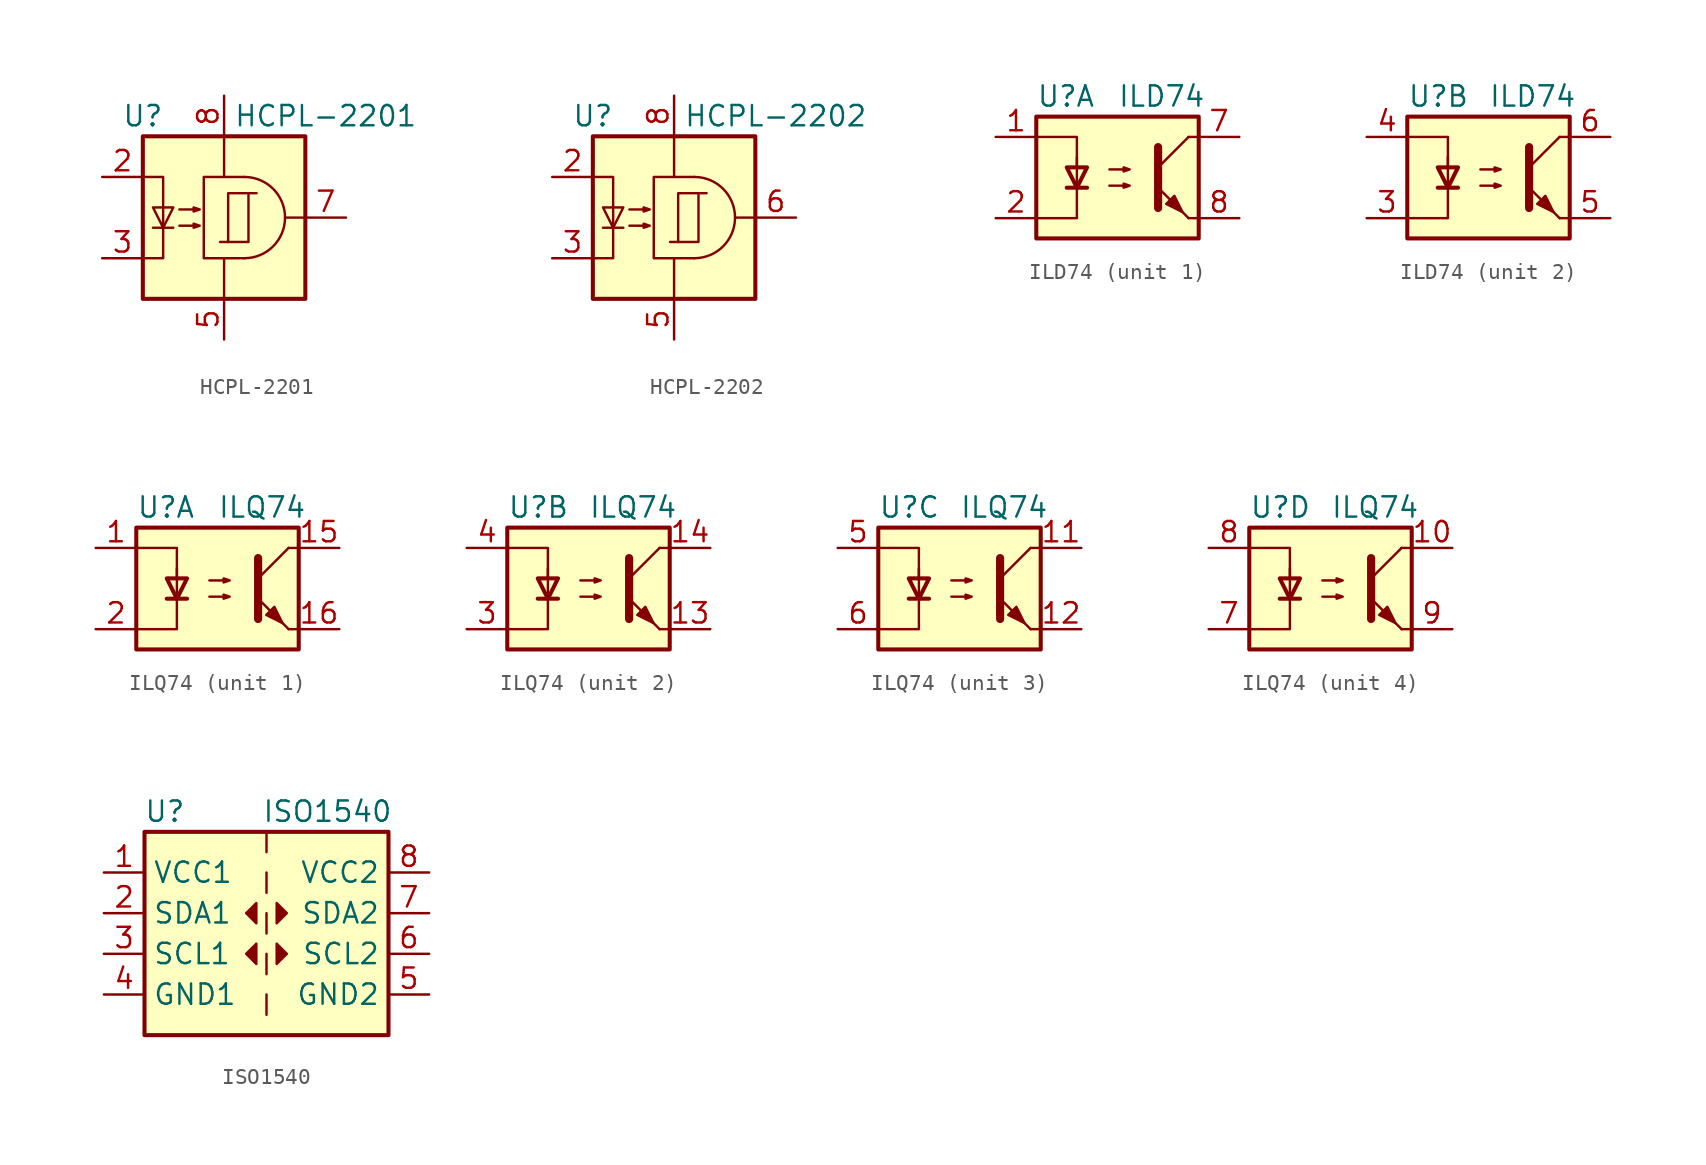
<source format=kicad_sym>
(kicad_symbol_lib
  (version 20201005)
  (generator kicad_symbol_editor)
  (symbol "HCPL-2201"
    (property "Reference" "U"
      (at -5.08 6.35 0)
      (effects (font (size 1.27 1.27))))
    (property "Value" "HCPL-2201"
      (at 6.35 6.35 0)
      (effects (font (size 1.27 1.27))))
    (symbol "HCPL-2201_0_1"
      (polyline (pts (xy 5.08 0) (xy 3.81 0)) (stroke (width 0)) (fill (type none))))
    (symbol "HCPL-2201_1_1"
      (arc (start 1.27 -2.54) (end 1.27 2.54) (radius (at 1.27 0) (length 2.54) (angles -89.9 89.9)) (stroke (width 0)) (fill (type none)))
      (rectangle (start 0.254 1.524) (end 1.524 -1.524) (stroke (width 0)) (fill (type none)))
      (rectangle (start -5.08 5.08) (end 5.08 -5.08) (stroke (width 0.254)) (fill (type background)))
      (polyline (pts (xy -4.445 -0.635) (xy -3.175 -0.635)) (stroke (width 0)) (fill (type none)))
      (polyline (pts (xy 0 2.54) (xy 0 5.08)) (stroke (width 0)) (fill (type none)))
      (polyline (pts (xy 0.254 -1.524) (xy -0.254 -1.524)) (stroke (width 0)) (fill (type none)))
      (polyline (pts (xy 1.524 1.524) (xy 2.032 1.524)) (stroke (width 0)) (fill (type none)))
      (polyline (pts (xy 0 -2.54) (xy 0 -5.08) (xy 0 -3.81)) (stroke (width 0)) (fill (type none)))
      (polyline (pts (xy -5.08 -2.54) (xy -3.81 -2.54) (xy -3.81 2.54) (xy -5.08 2.54)) (stroke (width 0)) (fill (type none)))
      (polyline (pts (xy -3.81 -0.635) (xy -4.445 0.635) (xy -3.175 0.635) (xy -3.81 -0.635)) (stroke (width 0)) (fill (type none)))
      (polyline (pts (xy 1.27 -2.54) (xy -1.27 -2.54) (xy -1.27 2.54) (xy 1.27 2.54)) (stroke (width 0)) (fill (type none)))
      (polyline (pts (xy -2.794 -0.508) (xy -1.524 -0.508) (xy -1.905 -0.635) (xy -1.905 -0.381) (xy -1.524 -0.508)) (stroke (width 0)) (fill (type none)))
      (polyline (pts (xy -2.794 0.508) (xy -1.524 0.508) (xy -1.905 0.381) (xy -1.905 0.635) (xy -1.524 0.508)) (stroke (width 0)) (fill (type none)))
      (pin no_connect line (at -5.08 0 0) (length 2.54) hide (name "~" (effects (font (size 1.27 1.27)))) (number "1" (effects (font (size 1.27 1.27)))))
      (pin passive line (at -7.62 2.54 0) (length 2.54) (name "~" (effects (font (size 1.27 1.27)))) (number "2" (effects (font (size 1.27 1.27)))))
      (pin passive line (at -7.62 -2.54 0) (length 2.54) (name "~" (effects (font (size 1.27 1.27)))) (number "3" (effects (font (size 1.27 1.27)))))
      (pin no_connect line (at -5.08 -5.08 0) (length 2.54) hide (name "~" (effects (font (size 1.27 1.27)))) (number "4" (effects (font (size 1.27 1.27)))))
      (pin power_in line (at 0 -7.62 90) (length 2.54) (name "~" (effects (font (size 1.27 1.27)))) (number "5" (effects (font (size 1.27 1.27)))))
      (pin no_connect line (at 5.08 -2.54 180) (length 2.54) hide (name "~" (effects (font (size 1.27 1.27)))) (number "6" (effects (font (size 1.27 1.27)))))
      (pin output line (at 7.62 0 180) (length 2.54) (name "~" (effects (font (size 1.27 1.27)))) (number "7" (effects (font (size 1.27 1.27)))))
      (pin power_in line (at 0 7.62 270) (length 2.54) (name "~" (effects (font (size 1.27 1.27)))) (number "8" (effects (font (size 1.27 1.27)))))))
  (symbol "HCPL-2202"
    (property "Reference" "U"
      (at -5.08 6.35 0)
      (effects (font (size 1.27 1.27))))
    (property "Value" "HCPL-2202"
      (at 6.35 6.35 0)
      (effects (font (size 1.27 1.27))))
    (symbol "HCPL-2202_0_1"
      (polyline (pts (xy 5.08 0) (xy 3.81 0)) (stroke (width 0)) (fill (type none))))
    (symbol "HCPL-2202_1_1"
      (arc (start 1.27 -2.54) (end 1.27 2.54) (radius (at 1.27 0) (length 2.54) (angles -89.9 89.9)) (stroke (width 0)) (fill (type none)))
      (rectangle (start 0.254 1.524) (end 1.524 -1.524) (stroke (width 0)) (fill (type none)))
      (rectangle (start -5.08 5.08) (end 5.08 -5.08) (stroke (width 0.254)) (fill (type background)))
      (polyline (pts (xy -4.445 -0.635) (xy -3.175 -0.635)) (stroke (width 0)) (fill (type none)))
      (polyline (pts (xy 0 2.54) (xy 0 5.08)) (stroke (width 0)) (fill (type none)))
      (polyline (pts (xy 0.254 -1.524) (xy -0.254 -1.524)) (stroke (width 0)) (fill (type none)))
      (polyline (pts (xy 1.524 1.524) (xy 2.032 1.524)) (stroke (width 0)) (fill (type none)))
      (polyline (pts (xy 0 -2.54) (xy 0 -5.08) (xy 0 -3.81)) (stroke (width 0)) (fill (type none)))
      (polyline (pts (xy -5.08 -2.54) (xy -3.81 -2.54) (xy -3.81 2.54) (xy -5.08 2.54)) (stroke (width 0)) (fill (type none)))
      (polyline (pts (xy -3.81 -0.635) (xy -4.445 0.635) (xy -3.175 0.635) (xy -3.81 -0.635)) (stroke (width 0)) (fill (type none)))
      (polyline (pts (xy 1.27 -2.54) (xy -1.27 -2.54) (xy -1.27 2.54) (xy 1.27 2.54)) (stroke (width 0)) (fill (type none)))
      (polyline (pts (xy -2.794 -0.508) (xy -1.524 -0.508) (xy -1.905 -0.635) (xy -1.905 -0.381) (xy -1.524 -0.508)) (stroke (width 0)) (fill (type none)))
      (polyline (pts (xy -2.794 0.508) (xy -1.524 0.508) (xy -1.905 0.381) (xy -1.905 0.635) (xy -1.524 0.508)) (stroke (width 0)) (fill (type none)))
      (pin no_connect line (at -5.08 0 0) (length 2.54) hide (name "~" (effects (font (size 1.27 1.27)))) (number "1" (effects (font (size 1.27 1.27)))))
      (pin passive line (at -7.62 2.54 0) (length 2.54) (name "~" (effects (font (size 1.27 1.27)))) (number "2" (effects (font (size 1.27 1.27)))))
      (pin passive line (at -7.62 -2.54 0) (length 2.54) (name "~" (effects (font (size 1.27 1.27)))) (number "3" (effects (font (size 1.27 1.27)))))
      (pin no_connect line (at -5.08 -5.08 0) (length 2.54) hide (name "~" (effects (font (size 1.27 1.27)))) (number "4" (effects (font (size 1.27 1.27)))))
      (pin power_in line (at 0 -7.62 90) (length 2.54) (name "~" (effects (font (size 1.27 1.27)))) (number "5" (effects (font (size 1.27 1.27)))))
      (pin output line (at 7.62 0 180) (length 2.54) (name "~" (effects (font (size 1.27 1.27)))) (number "6" (effects (font (size 1.27 1.27)))))
      (pin no_connect line (at 5.08 -2.54 180) (length 2.54) hide (name "~" (effects (font (size 1.27 1.27)))) (number "7" (effects (font (size 1.27 1.27)))))
      (pin power_in line (at 0 7.62 270) (length 2.54) (name "~" (effects (font (size 1.27 1.27)))) (number "8" (effects (font (size 1.27 1.27)))))))
  (symbol "ILD74"
    (pin_names
      (offset 1.016))
    (property "Reference" "U"
      (at -5.08 5.08 0)
      (effects (font (size 1.27 1.27)) (justify left)))
    (property "Value" "ILD74"
      (at 0 5.08 0)
      (effects (font (size 1.27 1.27)) (justify left)))
    (symbol "ILD74_0_1"
      (rectangle (start -5.08 3.81) (end 5.08 -3.81) (stroke (width 0.254)) (fill (type background)))
      (polyline (pts (xy -3.175 -0.635) (xy -1.905 -0.635)) (stroke (width 0.254)) (fill (type none)))
      (polyline (pts (xy 2.54 0.635) (xy 4.445 2.54)) (stroke (width 0)) (fill (type none)))
      (polyline (pts (xy 4.445 -2.54) (xy 5.08 -2.54)) (stroke (width 0)) (fill (type none)))
      (polyline (pts (xy 4.445 2.54) (xy 5.08 2.54)) (stroke (width 0)) (fill (type none)))
      (polyline (pts (xy -5.08 2.54) (xy -2.54 2.54) (xy -2.54 0.635)) (stroke (width 0)) (fill (type none)))
      (polyline (pts (xy 2.54 1.905) (xy 2.54 -1.905) (xy 2.54 -1.905)) (stroke (width 0.508)) (fill (type none)))
      (polyline (pts (xy -2.54 -0.635) (xy -3.175 0.635) (xy -1.905 0.635) (xy -2.54 -0.635)) (stroke (width 0.254)) (fill (type none)))
      (polyline (pts (xy -2.54 -0.635) (xy -2.54 1.27) (xy -2.54 -2.54) (xy -5.08 -2.54)) (stroke (width 0)) (fill (type none)))
      (polyline (pts (xy -0.508 -0.508) (xy 0.762 -0.508) (xy 0.381 -0.635) (xy 0.381 -0.381) (xy 0.762 -0.508)) (stroke (width 0)) (fill (type none)))
      (polyline (pts (xy -0.508 0.508) (xy 0.762 0.508) (xy 0.381 0.381) (xy 0.381 0.635) (xy 0.762 0.508)) (stroke (width 0)) (fill (type none)))
      (polyline (pts (xy 4.445 -2.54) (xy 2.54 -0.635)) (stroke (width 0)) (fill (type outline)))
      (polyline (pts (xy 3.048 -1.651) (xy 3.556 -1.143) (xy 4.064 -2.159) (xy 3.048 -1.651) (xy 3.048 -1.651)) (stroke (width 0)) (fill (type outline))))
    (symbol "ILD74_1_1"
      (pin passive line (at -7.62 2.54 0) (length 2.54) (name "~" (effects (font (size 1.27 1.27)))) (number "1" (effects (font (size 1.27 1.27)))))
      (pin passive line (at -7.62 -2.54 0) (length 2.54) (name "~" (effects (font (size 1.27 1.27)))) (number "2" (effects (font (size 1.27 1.27)))))
      (pin passive line (at 7.62 2.54 180) (length 2.54) (name "~" (effects (font (size 1.27 1.27)))) (number "7" (effects (font (size 1.27 1.27)))))
      (pin passive line (at 7.62 -2.54 180) (length 2.54) (name "~" (effects (font (size 1.27 1.27)))) (number "8" (effects (font (size 1.27 1.27))))))
    (symbol "ILD74_2_1"
      (pin passive line (at -7.62 -2.54 0) (length 2.54) (name "~" (effects (font (size 1.27 1.27)))) (number "3" (effects (font (size 1.27 1.27)))))
      (pin passive line (at -7.62 2.54 0) (length 2.54) (name "~" (effects (font (size 1.27 1.27)))) (number "4" (effects (font (size 1.27 1.27)))))
      (pin passive line (at 7.62 -2.54 180) (length 2.54) (name "~" (effects (font (size 1.27 1.27)))) (number "5" (effects (font (size 1.27 1.27)))))
      (pin passive line (at 7.62 2.54 180) (length 2.54) (name "~" (effects (font (size 1.27 1.27)))) (number "6" (effects (font (size 1.27 1.27)))))))
  (symbol "ILQ74"
    (pin_names
      (offset 1.016))
    (property "Reference" "U"
      (at -5.08 5.08 0)
      (effects (font (size 1.27 1.27)) (justify left)))
    (property "Value" "ILQ74"
      (at 0 5.08 0)
      (effects (font (size 1.27 1.27)) (justify left)))
    (symbol "ILQ74_0_1"
      (rectangle (start -5.08 3.81) (end 5.08 -3.81) (stroke (width 0.254)) (fill (type background)))
      (polyline (pts (xy -3.175 -0.635) (xy -1.905 -0.635)) (stroke (width 0.254)) (fill (type none)))
      (polyline (pts (xy 2.54 0.635) (xy 4.445 2.54)) (stroke (width 0)) (fill (type none)))
      (polyline (pts (xy 4.445 -2.54) (xy 5.08 -2.54)) (stroke (width 0)) (fill (type none)))
      (polyline (pts (xy 4.445 2.54) (xy 5.08 2.54)) (stroke (width 0)) (fill (type none)))
      (polyline (pts (xy -5.08 2.54) (xy -2.54 2.54) (xy -2.54 0.635)) (stroke (width 0)) (fill (type none)))
      (polyline (pts (xy 2.54 1.905) (xy 2.54 -1.905) (xy 2.54 -1.905)) (stroke (width 0.508)) (fill (type none)))
      (polyline (pts (xy -2.54 -0.635) (xy -3.175 0.635) (xy -1.905 0.635) (xy -2.54 -0.635)) (stroke (width 0.254)) (fill (type none)))
      (polyline (pts (xy -2.54 -0.635) (xy -2.54 1.27) (xy -2.54 -2.54) (xy -5.08 -2.54)) (stroke (width 0)) (fill (type none)))
      (polyline (pts (xy -0.508 -0.508) (xy 0.762 -0.508) (xy 0.381 -0.635) (xy 0.381 -0.381) (xy 0.762 -0.508)) (stroke (width 0)) (fill (type none)))
      (polyline (pts (xy -0.508 0.508) (xy 0.762 0.508) (xy 0.381 0.381) (xy 0.381 0.635) (xy 0.762 0.508)) (stroke (width 0)) (fill (type none)))
      (polyline (pts (xy 4.445 -2.54) (xy 2.54 -0.635)) (stroke (width 0)) (fill (type outline)))
      (polyline (pts (xy 3.048 -1.651) (xy 3.556 -1.143) (xy 4.064 -2.159) (xy 3.048 -1.651) (xy 3.048 -1.651)) (stroke (width 0)) (fill (type outline))))
    (symbol "ILQ74_1_1"
      (pin passive line (at -7.62 2.54 0) (length 2.54) (name "~" (effects (font (size 1.27 1.27)))) (number "1" (effects (font (size 1.27 1.27)))))
      (pin passive line (at 7.62 2.54 180) (length 2.54) (name "~" (effects (font (size 1.27 1.27)))) (number "15" (effects (font (size 1.27 1.27)))))
      (pin passive line (at 7.62 -2.54 180) (length 2.54) (name "~" (effects (font (size 1.27 1.27)))) (number "16" (effects (font (size 1.27 1.27)))))
      (pin passive line (at -7.62 -2.54 0) (length 2.54) (name "~" (effects (font (size 1.27 1.27)))) (number "2" (effects (font (size 1.27 1.27))))))
    (symbol "ILQ74_2_1"
      (pin passive line (at 7.62 -2.54 180) (length 2.54) (name "~" (effects (font (size 1.27 1.27)))) (number "13" (effects (font (size 1.27 1.27)))))
      (pin passive line (at 7.62 2.54 180) (length 2.54) (name "~" (effects (font (size 1.27 1.27)))) (number "14" (effects (font (size 1.27 1.27)))))
      (pin passive line (at -7.62 -2.54 0) (length 2.54) (name "~" (effects (font (size 1.27 1.27)))) (number "3" (effects (font (size 1.27 1.27)))))
      (pin passive line (at -7.62 2.54 0) (length 2.54) (name "~" (effects (font (size 1.27 1.27)))) (number "4" (effects (font (size 1.27 1.27))))))
    (symbol "ILQ74_3_1"
      (pin passive line (at 7.62 2.54 180) (length 2.54) (name "~" (effects (font (size 1.27 1.27)))) (number "11" (effects (font (size 1.27 1.27)))))
      (pin passive line (at 7.62 -2.54 180) (length 2.54) (name "~" (effects (font (size 1.27 1.27)))) (number "12" (effects (font (size 1.27 1.27)))))
      (pin passive line (at -7.62 2.54 0) (length 2.54) (name "~" (effects (font (size 1.27 1.27)))) (number "5" (effects (font (size 1.27 1.27)))))
      (pin passive line (at -7.62 -2.54 0) (length 2.54) (name "~" (effects (font (size 1.27 1.27)))) (number "6" (effects (font (size 1.27 1.27))))))
    (symbol "ILQ74_4_1"
      (pin passive line (at 7.62 2.54 180) (length 2.54) (name "~" (effects (font (size 1.27 1.27)))) (number "10" (effects (font (size 1.27 1.27)))))
      (pin passive line (at -7.62 -2.54 0) (length 2.54) (name "~" (effects (font (size 1.27 1.27)))) (number "7" (effects (font (size 1.27 1.27)))))
      (pin passive line (at -7.62 2.54 0) (length 2.54) (name "~" (effects (font (size 1.27 1.27)))) (number "8" (effects (font (size 1.27 1.27)))))
      (pin passive line (at 7.62 -2.54 180) (length 2.54) (name "~" (effects (font (size 1.27 1.27)))) (number "9" (effects (font (size 1.27 1.27)))))))
  (symbol "ISO1540"
    (property "Reference" "U"
      (at -6.35 6.35 0)
      (effects (font (size 1.27 1.27))))
    (property "Value" "ISO1540"
      (at 3.81 6.35 0)
      (effects (font (size 1.27 1.27))))
    (symbol "ISO1540_0_1"
      (rectangle (start 0 -5.08) (end 0 -6.35) (stroke (width 0)) (fill (type none)))
      (rectangle (start -7.62 5.08) (end 7.62 -7.62) (stroke (width 0.254)) (fill (type background)))
      (polyline (pts (xy 0 -2.54) (xy 0 -3.81)) (stroke (width 0)) (fill (type none)))
      (polyline (pts (xy 0 0) (xy 0 -1.27)) (stroke (width 0)) (fill (type none)))
      (polyline (pts (xy 0 2.54) (xy 0 1.27)) (stroke (width 0)) (fill (type none)))
      (polyline (pts (xy 0 5.08) (xy 0 3.81)) (stroke (width 0)) (fill (type none)))
      (polyline (pts (xy -0.635 0.635) (xy -1.27 0) (xy -0.635 -0.635) (xy -0.635 0.635)) (stroke (width 0)) (fill (type outline)))
      (polyline (pts (xy 0.635 -1.905) (xy 1.27 -2.54) (xy 0.635 -3.175) (xy 0.635 -1.905)) (stroke (width 0)) (fill (type outline)))
      (polyline (pts (xy 0.635 0.635) (xy 1.27 0) (xy 0.635 -0.635) (xy 0.635 0.635)) (stroke (width 0)) (fill (type outline))))
    (symbol "ISO1540_1_1"
      (polyline (pts (xy -0.635 -1.905) (xy -1.27 -2.54) (xy -0.635 -3.175) (xy -0.635 -1.905)) (stroke (width 0)) (fill (type outline)))
      (pin power_in line (at -10.16 2.54 0) (length 2.54) (name "VCC1" (effects (font (size 1.27 1.27)))) (number "1" (effects (font (size 1.27 1.27)))))
      (pin bidirectional line (at -10.16 0 0) (length 2.54) (name "SDA1" (effects (font (size 1.27 1.27)))) (number "2" (effects (font (size 1.27 1.27)))))
      (pin bidirectional line (at -10.16 -2.54 0) (length 2.54) (name "SCL1" (effects (font (size 1.27 1.27)))) (number "3" (effects (font (size 1.27 1.27)))))
      (pin power_in line (at -10.16 -5.08 0) (length 2.54) (name "GND1" (effects (font (size 1.27 1.27)))) (number "4" (effects (font (size 1.27 1.27)))))
      (pin power_in line (at 10.16 -5.08 180) (length 2.54) (name "GND2" (effects (font (size 1.27 1.27)))) (number "5" (effects (font (size 1.27 1.27)))))
      (pin bidirectional line (at 10.16 -2.54 180) (length 2.54) (name "SCL2" (effects (font (size 1.27 1.27)))) (number "6" (effects (font (size 1.27 1.27)))))
      (pin bidirectional line (at 10.16 0 180) (length 2.54) (name "SDA2" (effects (font (size 1.27 1.27)))) (number "7" (effects (font (size 1.27 1.27)))))
      (pin power_in line (at 10.16 2.54 180) (length 2.54) (name "VCC2" (effects (font (size 1.27 1.27)))) (number "8" (effects (font (size 1.27 1.27))))))))
</source>
